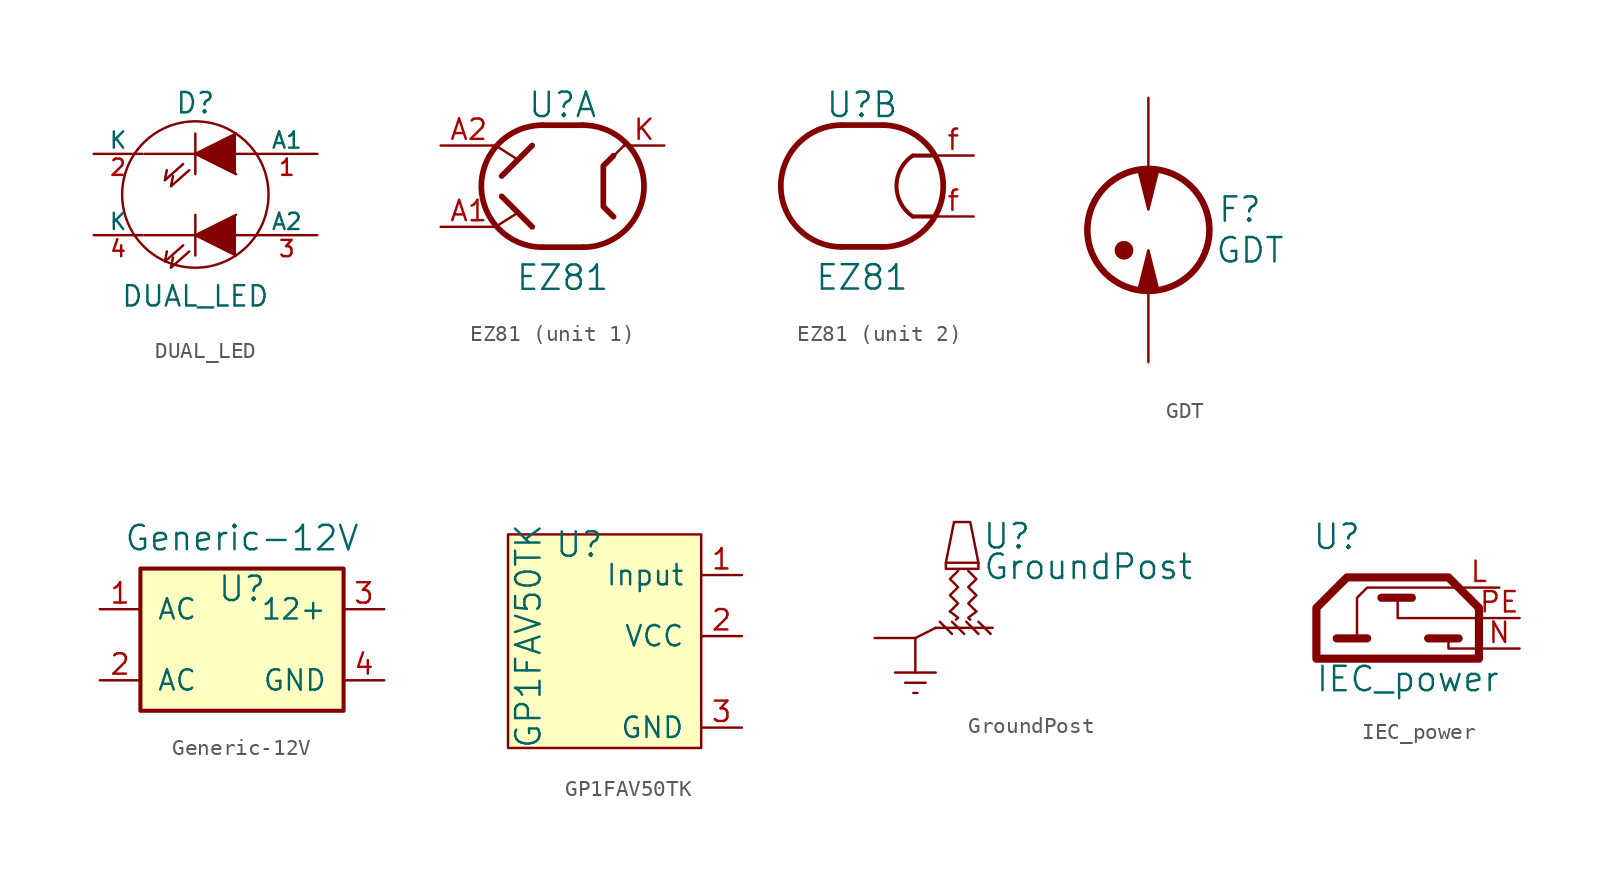
<source format=kicad_sym>
(kicad_symbol_lib
  (version 20211014)
  (generator kicad_symbol_editor)
  (symbol "DUAL_LED"
    (pin_names
      (offset 0))
    (property "Reference" "D"
      (at 0 5.715 0)
      (effects (font (size 1.27 1.27))))
    (property "Value" "DUAL_LED"
      (at 0 -6.35 0)
      (effects (font (size 1.27 1.27))))
    (property "Footprint" ""
      (at 0 0 0)
      (effects (font (size 1.27 1.27))))
    (property "Datasheet" ""
      (at 0 0 0)
      (effects (font (size 1.27 1.27))))
    (symbol "DUAL_LED_0_1"
      (polyline (pts (xy 0 -2.54) (xy -3.175 -2.54)) (stroke (width 0) (type default) (color 0 0 0 0)) (fill (type none)))
      (polyline (pts (xy 0 -1.27) (xy 0 -3.81)) (stroke (width 0) (type default) (color 0 0 0 0)) (fill (type none)))
      (polyline (pts (xy 0 2.54) (xy -3.175 2.54)) (stroke (width 0) (type default) (color 0 0 0 0)) (fill (type none)))
      (polyline (pts (xy 0 3.81) (xy 0 1.27)) (stroke (width 0) (type default) (color 0 0 0 0)) (fill (type none)))
      (polyline (pts (xy 3.81 -2.54) (xy 2.54 -2.54)) (stroke (width 0) (type default) (color 0 0 0 0)) (fill (type none)))
      (polyline (pts (xy 3.81 2.54) (xy 2.54 2.54)) (stroke (width 0) (type default) (color 0 0 0 0)) (fill (type none)))
      (polyline (pts (xy -0.762 -3.175) (xy -1.905 -4.191) (xy -1.778 -3.556)) (stroke (width 0) (type default) (color 0 0 0 0)) (fill (type none)))
      (polyline (pts (xy -0.762 1.905) (xy -1.905 0.889) (xy -1.778 1.524)) (stroke (width 0) (type default) (color 0 0 0 0)) (fill (type none)))
      (polyline (pts (xy -0.381 -3.556) (xy -1.524 -4.572) (xy -1.397 -3.937)) (stroke (width 0) (type default) (color 0 0 0 0)) (fill (type none)))
      (polyline (pts (xy -0.381 1.524) (xy -1.524 0.508) (xy -1.397 1.143)) (stroke (width 0) (type default) (color 0 0 0 0)) (fill (type none)))
      (polyline (pts (xy 2.54 -1.27) (xy 0 -2.54) (xy 2.54 -3.81)) (stroke (width 0) (type default) (color 0 0 0 0)) (fill (type outline)))
      (polyline (pts (xy 2.54 3.81) (xy 0 2.54) (xy 2.54 1.27)) (stroke (width 0) (type default) (color 0 0 0 0)) (fill (type outline)))
      (circle (center 0 0) (radius 4.572) (stroke (width 0) (type default) (color 0 0 0 0)) (fill (type none))))
    (symbol "DUAL_LED_1_1"
      (pin input line (at 7.62 2.54 180) (length 3.81) (name "A1" (effects (font (size 1.016 1.016)))) (number "1" (effects (font (size 1.016 1.016)))))
      (pin input line (at -6.35 2.54 0) (length 3.048) (name "K" (effects (font (size 1.016 1.016)))) (number "2" (effects (font (size 1.016 1.016)))))
      (pin input line (at 7.62 -2.54 180) (length 3.81) (name "A2" (effects (font (size 1.016 1.016)))) (number "3" (effects (font (size 1.016 1.016)))))
      (pin input line (at -6.35 -2.54 0) (length 3.048) (name "K" (effects (font (size 1.016 1.016)))) (number "4" (effects (font (size 1.016 1.016)))))))
  (symbol "EZ81"
    (pin_names
      (offset 1.016))
    (property "Reference" "U"
      (at 0 5.08 0)
      (effects (font (size 1.524 1.524))))
    (property "Value" "EZ81"
      (at 0 -5.715 0)
      (effects (font (size 1.524 1.524))))
    (symbol "EZ81_0_1"
      (arc (start -1.27 3.81) (mid -5.08 0) (end -1.27 -3.81) (stroke (width 0.3556) (type default) (color 0 0 0 0)) (fill (type none)))
      (polyline (pts (xy -1.27 -3.81) (xy 1.27 -3.81)) (stroke (width 0.356) (type default) (color 0 0 0 0)) (fill (type none)))
      (polyline (pts (xy -1.27 3.81) (xy 1.27 3.81)) (stroke (width 0.356) (type default) (color 0 0 0 0)) (fill (type none)))
      (arc (start 1.27 -3.81) (mid 5.08 0) (end 1.27 3.81) (stroke (width 0.3556) (type default) (color 0 0 0 0)) (fill (type none))))
    (symbol "EZ81_1_1"
      (polyline (pts (xy -4.191 2.54) (xy -2.794 1.651)) (stroke (width 0) (type default) (color 0 0 0 0)) (fill (type none)))
      (polyline (pts (xy -3.81 -0.635) (xy -1.905 -2.54)) (stroke (width 0.356) (type default) (color 0 0 0 0)) (fill (type none)))
      (polyline (pts (xy -2.794 -1.651) (xy -4.191 -2.54)) (stroke (width 0) (type default) (color 0 0 0 0)) (fill (type none)))
      (polyline (pts (xy -1.905 2.54) (xy -3.81 0.635)) (stroke (width 0.356) (type default) (color 0 0 0 0)) (fill (type none)))
      (polyline (pts (xy 3.835 2.54) (xy 3.2 1.905)) (stroke (width 0) (type default) (color 0 0 0 0)) (fill (type none)))
      (polyline (pts (xy 3.175 1.905) (xy 2.54 1.27) (xy 2.54 -1.27) (xy 3.175 -1.905)) (stroke (width 0.356) (type default) (color 0 0 0 0)) (fill (type none)))
      (pin input line (at -7.62 -2.54 0) (length 3.505) (name "~" (effects (font (size 1.27 1.27)))) (number "A1" (effects (font (size 1.27 1.27)))))
      (pin input line (at -7.62 2.54 0) (length 3.505) (name "~" (effects (font (size 1.27 1.27)))) (number "A2" (effects (font (size 1.27 1.27)))))
      (pin input line (at 6.35 2.54 180) (length 2.54) (name "~" (effects (font (size 1.27 1.27)))) (number "K" (effects (font (size 1.27 1.27))))))
    (symbol "EZ81_2_1"
      (polyline (pts (xy 3.175 -1.905) (xy 4.445 -1.905)) (stroke (width 0.254) (type default) (color 0 0 0 0)) (fill (type none)))
      (polyline (pts (xy 3.175 1.905) (xy 4.445 1.905)) (stroke (width 0.254) (type default) (color 0 0 0 0)) (fill (type none)))
      (arc (start 3.175 1.905) (mid 2.1555 0) (end 3.175 -1.905) (stroke (width 0.254) (type default) (color 0 0 0 0)) (fill (type none)))
      (pin input line (at 6.985 -1.905 180) (length 2.54) (name "~" (effects (font (size 1.27 1.27)))) (number "f" (effects (font (size 1.27 1.27)))))
      (pin input line (at 6.985 1.905 180) (length 2.54) (name "~" (effects (font (size 1.27 1.27)))) (number "f" (effects (font (size 1.27 1.27)))))))
  (symbol "GDT"
    (pin_names
      (offset 1.016))
    (property "Reference" "F"
      (at 5.715 1.27 0)
      (effects (font (size 1.524 1.524))))
    (property "Value" "GDT"
      (at 6.35 -1.27 0)
      (effects (font (size 1.524 1.524))))
    (symbol "GDT_0_1"
      (circle (center -1.524 -1.27) (radius 0.508) (stroke (width 0) (type default) (color 0 0 0 0)) (fill (type outline)))
      (polyline (pts (xy -0.635 -3.81) (xy 0 -1.27) (xy 0.635 -3.81) (xy -0.635 -3.81)) (stroke (width 0) (type default) (color 0 0 0 0)) (fill (type outline)))
      (polyline (pts (xy -0.635 3.81) (xy 0 1.27) (xy 0.635 3.81) (xy 0 3.81)) (stroke (width 0) (type default) (color 0 0 0 0)) (fill (type outline)))
      (circle (center 0 0) (radius 3.81) (stroke (width 0.406) (type default) (color 0 0 0 0)) (fill (type none))))
    (symbol "GDT_1_1"
      (pin input line (at 0 -8.255 90) (length 5.08) (name "~" (effects (font (size 1.27 1.27)))) (number "~" (effects (font (size 1.27 1.27)))))
      (pin input line (at 0 8.255 270) (length 5.08) (name "~" (effects (font (size 1.27 1.27)))) (number "~" (effects (font (size 1.27 1.27)))))))
  (symbol "Generic-12V"
    (pin_names
      (offset 1.016))
    (property "Reference" "U"
      (at -0.635 5.715 0)
      (effects (font (size 1.524 1.524))))
    (property "Value" "Generic-12V"
      (at -0.635 8.89 0)
      (effects (font (size 1.524 1.524))))
    (symbol "Generic-12V_0_1"
      (rectangle (start -6.985 6.985) (end 5.715 -1.905) (stroke (width 0.254) (type default) (color 0 0 0 0)) (fill (type background))))
    (symbol "Generic-12V_1_1"
      (pin input line (at -9.525 4.445 0) (length 2.54) (name "AC" (effects (font (size 1.27 1.27)))) (number "1" (effects (font (size 1.27 1.27)))))
      (pin input line (at -9.525 0 0) (length 2.54) (name "AC" (effects (font (size 1.27 1.27)))) (number "2" (effects (font (size 1.27 1.27)))))
      (pin input line (at 8.255 4.445 180) (length 2.54) (name "12+" (effects (font (size 1.27 1.27)))) (number "3" (effects (font (size 1.27 1.27)))))
      (pin input line (at 8.255 0 180) (length 2.54) (name "GND" (effects (font (size 1.27 1.27)))) (number "4" (effects (font (size 1.27 1.27)))))))
  (symbol "GP1FAV50TK"
    (pin_names
      (offset 1.016))
    (property "Reference" "U"
      (at -1.27 5.08 0)
      (effects (font (size 1.524 1.524))))
    (property "Value" "GP1FAV50TK"
      (at -4.445 -0.635 90)
      (effects (font (size 1.524 1.524))))
    (symbol "GP1FAV50TK_0_1"
      (rectangle (start -5.715 5.715) (end 6.35 -7.62) (stroke (width 0) (type default) (color 0 0 0 0)) (fill (type background))))
    (symbol "GP1FAV50TK_1_1"
      (pin input line (at 8.89 3.175 180) (length 2.54) (name "Input" (effects (font (size 1.27 1.27)))) (number "1" (effects (font (size 1.27 1.27)))))
      (pin input line (at 8.89 -0.635 180) (length 2.54) (name "VCC" (effects (font (size 1.27 1.27)))) (number "2" (effects (font (size 1.27 1.27)))))
      (pin input line (at 8.89 -6.35 180) (length 2.54) (name "GND" (effects (font (size 1.27 1.27)))) (number "3" (effects (font (size 1.27 1.27)))))))
  (symbol "GroundPost"
    (pin_names
      (offset 1.016))
    (property "Reference" "U"
      (at 2.54 5.715 0)
      (effects (font (size 1.524 1.524))))
    (property "Value" "GroundPost"
      (at 7.62 3.81 0)
      (effects (font (size 1.524 1.524))))
    (symbol "GroundPost_0_1"
      (rectangle (start -1.27 3.683) (end 0.762 4.064) (stroke (width 0) (type default) (color 0 0 0 0)) (fill (type none)))
      (polyline (pts (xy -4.445 -2.794) (xy -1.905 -2.794)) (stroke (width 0) (type default) (color 0 0 0 0)) (fill (type none)))
      (polyline (pts (xy -3.81 -3.429) (xy -2.54 -3.429)) (stroke (width 0) (type default) (color 0 0 0 0)) (fill (type none)))
      (polyline (pts (xy -3.302 -4.064) (xy -3.048 -4.064)) (stroke (width 0) (type default) (color 0 0 0 0)) (fill (type none)))
      (polyline (pts (xy -1.905 0) (xy 1.651 0)) (stroke (width 0) (type default) (color 0 0 0 0)) (fill (type none)))
      (polyline (pts (xy -1.651 0.381) (xy -0.889 -0.381)) (stroke (width 0) (type default) (color 0 0 0 0)) (fill (type none)))
      (polyline (pts (xy -0.889 0.381) (xy -0.127 -0.381)) (stroke (width 0) (type default) (color 0 0 0 0)) (fill (type none)))
      (polyline (pts (xy 0 0.381) (xy 0.762 -0.381)) (stroke (width 0) (type default) (color 0 0 0 0)) (fill (type none)))
      (polyline (pts (xy 0.762 0.381) (xy 1.524 -0.381)) (stroke (width 0) (type default) (color 0 0 0 0)) (fill (type none)))
      (polyline (pts (xy -1.905 0) (xy -3.175 -0.635) (xy -3.175 -2.794)) (stroke (width 0) (type default) (color 0 0 0 0)) (fill (type none)))
      (polyline (pts (xy -1.016 1.016) (xy -0.508 0.635) (xy -0.635 0.508)) (stroke (width 0) (type default) (color 0 0 0 0)) (fill (type none)))
      (polyline (pts (xy 0.635 1.016) (xy 0.127 0.635) (xy 0.254 0.508)) (stroke (width 0) (type default) (color 0 0 0 0)) (fill (type none)))
      (polyline (pts (xy -1.27 4.064) (xy -0.762 6.604) (xy 0.254 6.604) (xy 0.762 4.064)) (stroke (width 0) (type default) (color 0 0 0 0)) (fill (type none)))
      (polyline (pts (xy -1.016 1.016) (xy -0.508 1.524) (xy -1.016 2.032) (xy -0.508 2.54) (xy -1.016 3.048) (xy -0.508 3.556)) (stroke (width 0) (type default) (color 0 0 0 0)) (fill (type none)))
      (polyline (pts (xy 0.635 1.016) (xy 0.127 1.524) (xy 0.635 2.032) (xy 0.127 2.54) (xy 0.635 3.048) (xy 0.127 3.556)) (stroke (width 0) (type default) (color 0 0 0 0)) (fill (type none))))
    (symbol "GroundPost_1_1"
      (pin input line (at -5.715 -0.635 0) (length 2.54) (name "~" (effects (font (size 1.27 1.27)))) (number "~" (effects (font (size 0.508 0.508)))))))
  (symbol "IEC_power"
    (pin_names
      (offset 1.016))
    (property "Reference" "U"
      (at 1.27 7.62 0)
      (effects (font (size 1.524 1.524))))
    (property "Value" "IEC_power"
      (at 5.715 -1.27 0)
      (effects (font (size 1.524 1.524))))
    (symbol "IEC_power_0_1"
      (polyline (pts (xy 1.27 1.27) (xy 3.175 1.27)) (stroke (width 0.508) (type default) (color 0 0 0 0)) (fill (type none)))
      (polyline (pts (xy 6.985 1.27) (xy 8.89 1.27)) (stroke (width 0.508) (type default) (color 0 0 0 0)) (fill (type none)))
      (polyline (pts (xy 10.16 0.635) (xy 8.255 0.635) (xy 8.255 1.27)) (stroke (width 0) (type default) (color 0 0 0 0)) (fill (type none)))
      (polyline (pts (xy 8.89 4.445) (xy 3.175 4.445) (xy 2.54 3.81) (xy 2.54 1.27)) (stroke (width 0) (type default) (color 0 0 0 0)) (fill (type none)))
      (polyline (pts (xy 10.16 2.54) (xy 5.715 2.54) (xy 5.08 2.54) (xy 5.08 3.81)) (stroke (width 0) (type default) (color 0 0 0 0)) (fill (type none)))
      (polyline (pts (xy 0 0) (xy 10.16 0) (xy 10.16 3.175) (xy 8.255 5.08) (xy 1.905 5.08) (xy 0 3.175) (xy 0 0)) (stroke (width 0.508) (type default) (color 0 0 0 0)) (fill (type none))))
    (symbol "IEC_power_1_1"
      (polyline (pts (xy 4.064 3.81) (xy 5.969 3.81)) (stroke (width 0.508) (type default) (color 0 0 0 0)) (fill (type none)))
      (pin output line (at 11.43 4.445 180) (length 2.54) (name "~" (effects (font (size 1.27 1.27)))) (number "L" (effects (font (size 1.27 1.27)))))
      (pin output line (at 12.7 0.635 180) (length 2.54) (name "~" (effects (font (size 1.27 1.27)))) (number "N" (effects (font (size 1.27 1.27)))))
      (pin output line (at 12.7 2.54 180) (length 2.54) (name "~" (effects (font (size 1.27 1.27)))) (number "PE" (effects (font (size 1.27 1.27))))))))
</source>
